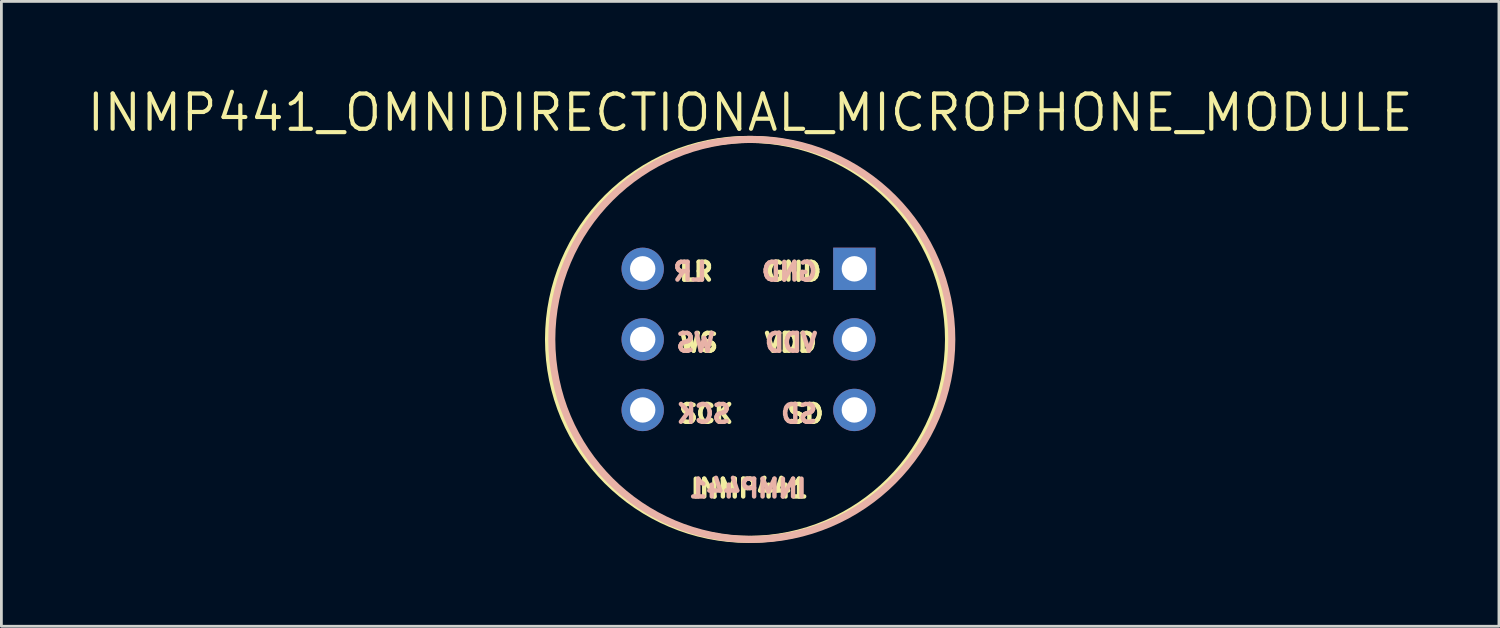
<source format=kicad_pcb>
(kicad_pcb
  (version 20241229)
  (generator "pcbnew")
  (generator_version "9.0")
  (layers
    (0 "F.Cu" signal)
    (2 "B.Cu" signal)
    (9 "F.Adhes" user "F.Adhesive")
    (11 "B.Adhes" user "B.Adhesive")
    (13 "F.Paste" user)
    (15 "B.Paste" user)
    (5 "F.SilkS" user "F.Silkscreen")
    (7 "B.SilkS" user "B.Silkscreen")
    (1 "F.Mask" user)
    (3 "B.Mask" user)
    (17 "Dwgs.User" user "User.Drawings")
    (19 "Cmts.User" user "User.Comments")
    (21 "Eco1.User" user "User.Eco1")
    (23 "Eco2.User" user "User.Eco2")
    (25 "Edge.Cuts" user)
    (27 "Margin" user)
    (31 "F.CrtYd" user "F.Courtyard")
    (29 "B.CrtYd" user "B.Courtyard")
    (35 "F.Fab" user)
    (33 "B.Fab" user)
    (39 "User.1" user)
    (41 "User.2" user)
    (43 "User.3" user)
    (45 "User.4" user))
  (footprint "INMP441_OMNIDIRECTIONAL_MICROPHONE_MODULE"
    (layer "F.Cu")
    (at 25.167 9.168)
    (property "Reference" "INMP441_OMNIDIRECTIONAL_MICROPHONE_MODULE" (at -1.211 -8.162 0) (layer "F.SilkS") (effects (font (size 1.27 1.27) (thickness 0.15))))
    (fp_circle (center -1.27 0) (end 5.93 0) (stroke (width 0.254) (type default)) (fill no) (layer "F.SilkS"))
    (fp_circle (center -1.152 0) (end 6.048 0) (stroke (width 0.254) (type default)) (fill no) (layer "B.SilkS"))
    (fp_text user "WS" (at -3.84 -0.256 0) (unlocked yes) (layer "F.SilkS") (effects (font (size 0.64 0.64) (thickness 0.203)) (justify left top)))
    (fp_text user "VDD" (at -0.768 -0.256 0) (unlocked yes) (layer "F.SilkS") (effects (font (size 0.64 0.64) (thickness 0.203)) (justify left top)))
    (fp_text user "SD" (at 0.053 2.304 0) (unlocked yes) (layer "F.SilkS") (effects (font (size 0.64 0.64) (thickness 0.203)) (justify left top)))
    (fp_text user "GND" (at -0.731 -2.816 0) (unlocked yes) (layer "F.SilkS") (effects (font (size 0.64 0.64) (thickness 0.203)) (justify left top)))
    (fp_text user "INMP441" (at -3.426 4.992 0) (unlocked yes) (layer "F.SilkS") (effects (font (size 0.64 0.64) (thickness 0.203)) (justify left top)))
    (fp_text user "LR" (at -3.839 -2.816 0) (unlocked yes) (layer "F.SilkS") (effects (font (size 0.64 0.64) (thickness 0.203)) (justify left top)))
    (fp_text user "SCK" (at -3.841 2.304 0) (unlocked yes) (layer "F.SilkS") (effects (font (size 0.64 0.64) (thickness 0.203)) (justify left top)))
    (fp_text user "LR" (at -2.688 -2.816 0) (unlocked yes) (layer "B.SilkS") (effects (font (size 0.64 0.64) (thickness 0.203)) (justify left top mirror)))
    (fp_text user "SD" (at 1.281 2.304 0) (unlocked yes) (layer "B.SilkS") (effects (font (size 0.64 0.64) (thickness 0.203)) (justify left top mirror)))
    (fp_text user "SCK" (at -1.831 2.304 0) (unlocked yes) (layer "B.SilkS") (effects (font (size 0.64 0.64) (thickness 0.203)) (justify left top mirror)))
    (fp_text user "GND" (at 1.28 -2.816 0) (unlocked yes) (layer "B.SilkS") (effects (font (size 0.64 0.64) (thickness 0.203)) (justify left top mirror)))
    (fp_text user "INMP441" (at 0.896 4.992 0) (unlocked yes) (layer "B.SilkS") (effects (font (size 0.64 0.64) (thickness 0.203)) (justify left top mirror)))
    (fp_text user "WS" (at -2.397 -0.256 0) (unlocked yes) (layer "B.SilkS") (effects (font (size 0.64 0.64) (thickness 0.203)) (justify left top mirror)))
    (fp_text user "VDD" (at 1.281 -0.256 0) (unlocked yes) (layer "B.SilkS") (effects (font (size 0.64 0.64) (thickness 0.203)) (justify left top mirror)))
    (pad "GND" thru_hole rect (at 2.54 -2.54) (size 1.524 1.524) (drill 0.914) (layers "*.Cu" "*.Mask"))
    (pad "L/R" thru_hole oval (at -5.08 -2.54) (size 1.524 1.524) (drill 0.914) (layers "*.Cu" "*.Mask"))
    (pad "SCK" thru_hole oval (at -5.08 2.54) (size 1.524 1.524) (drill 0.914) (layers "*.Cu" "*.Mask"))
    (pad "SD" thru_hole oval (at 2.54 2.54) (size 1.524 1.524) (drill 0.914) (layers "*.Cu" "*.Mask"))
    (pad "VDD" thru_hole oval (at 2.54 0) (size 1.524 1.524) (drill 0.914) (layers "*.Cu" "*.Mask"))
    (pad "WS" thru_hole oval (at -5.08 0) (size 1.524 1.524) (drill 0.914) (layers "*.Cu" "*.Mask")))
  (gr_rect
    (start -3 -3)
    (end 50.912 19.495)
    (stroke (width 0.1) (type default))
    (fill no)
    (layer "Edge.Cuts")))
</source>
